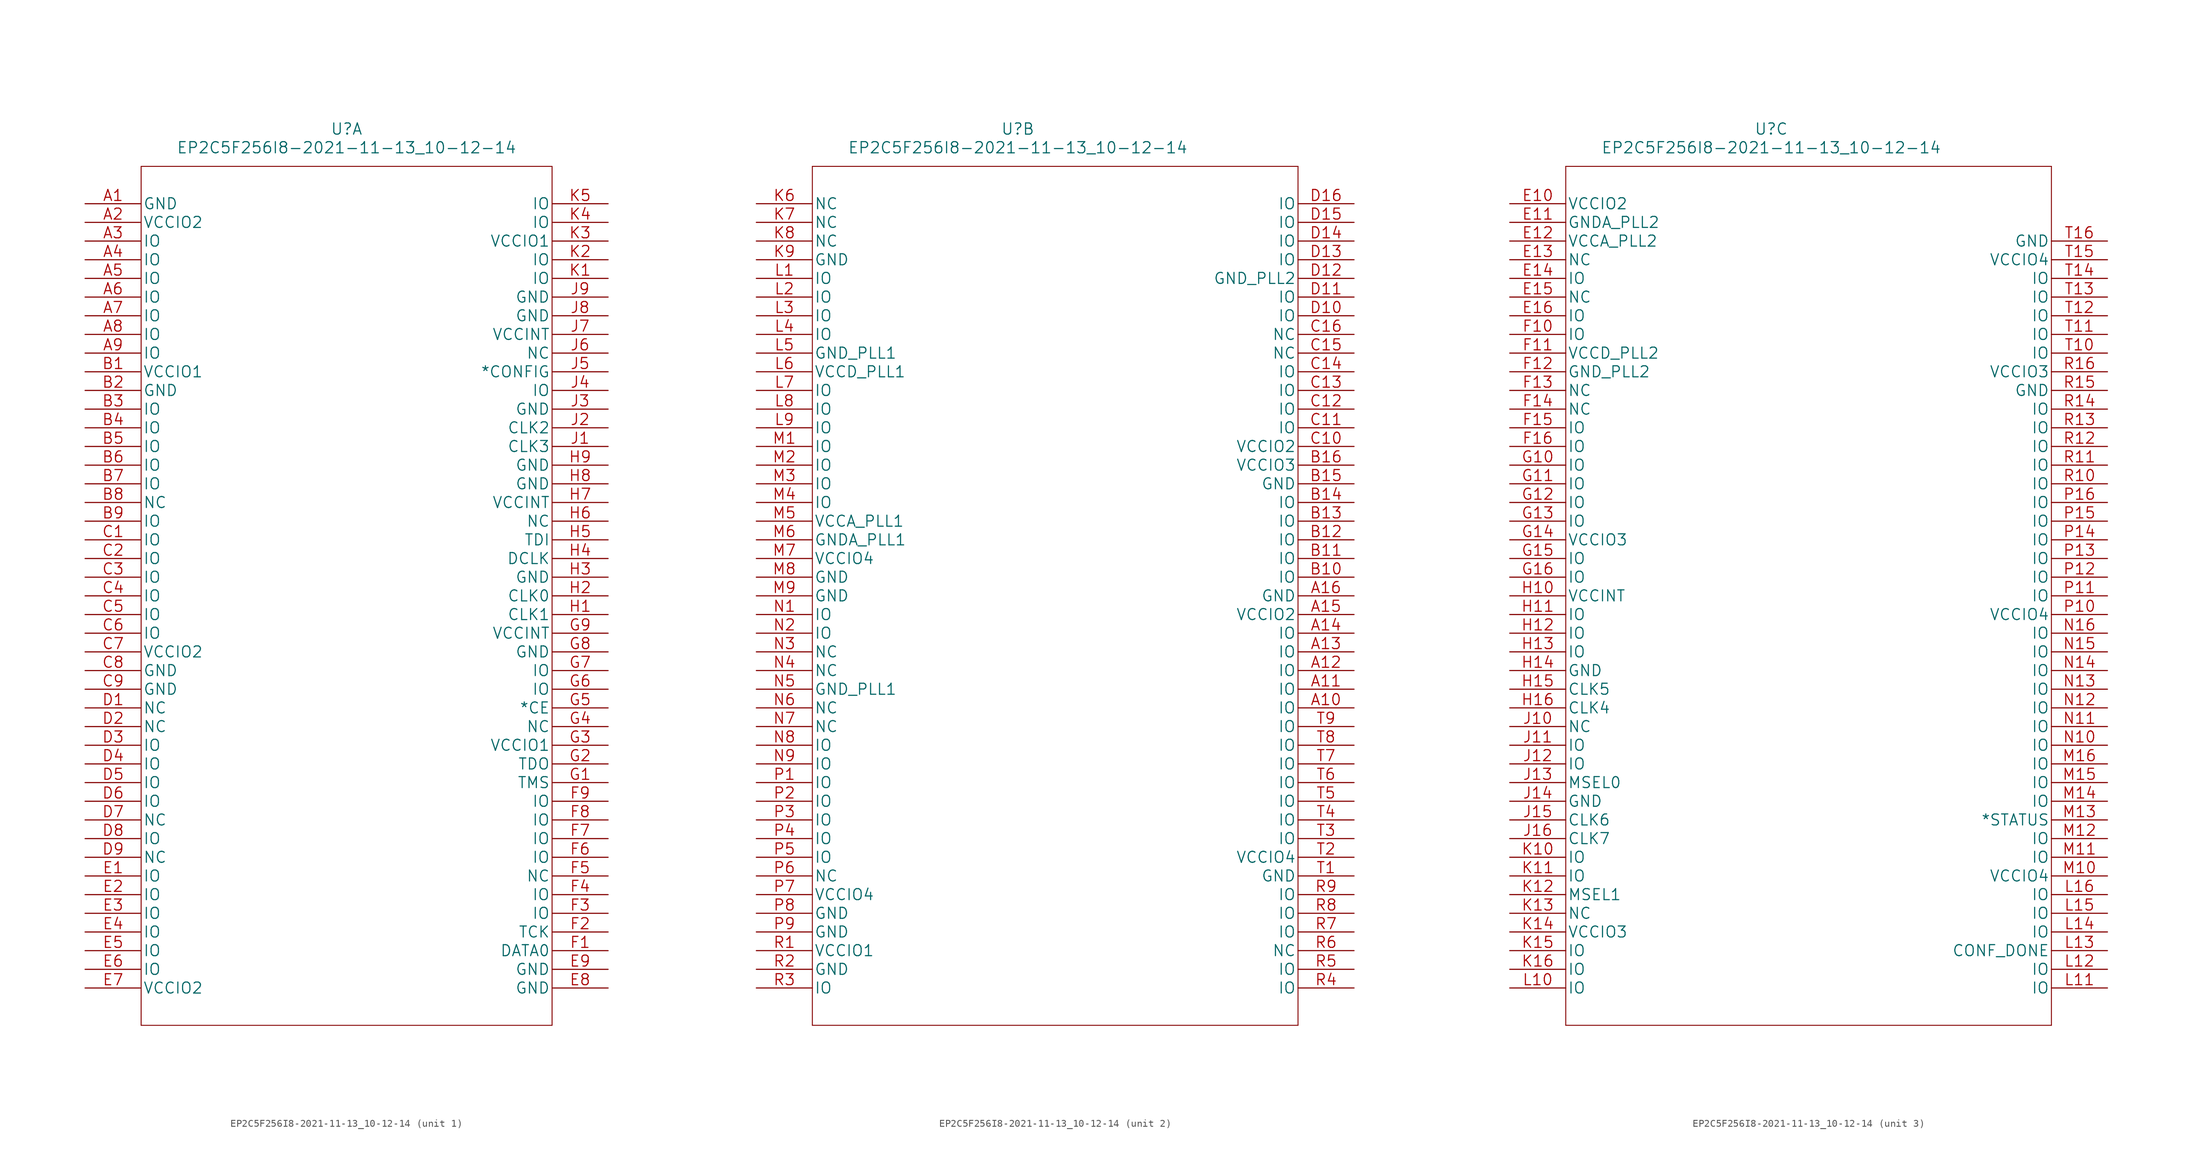
<source format=kicad_sym>
(kicad_symbol_lib
  (version 20220914)
  (generator kicad_symbol_editor)
  (symbol "EP2C5F256I8-2021-11-13_10-12-14"
    (pin_names
      (offset 0.254))
    (property "Reference" "U"
      (at 35.56 10.16 0)
      (effects (font (size 1.524 1.524))))
    (property "Value" "EP2C5F256I8-2021-11-13_10-12-14"
      (at 35.56 7.62 0)
      (effects (font (size 1.524 1.524))))
    (property "Datasheet" ""
      (at 0 0 0)
      (effects (font (size 1.524 1.524))))
    (symbol "EP2C5F256I8-2021-11-13_10-12-14_1_1"
      (polyline (pts (xy 7.62 -111.76) (xy 63.5 -111.76)) (stroke (width 0.127) (type solid)) (fill (type none)))
      (polyline (pts (xy 7.62 5.08) (xy 7.62 -111.76)) (stroke (width 0.127) (type solid)) (fill (type none)))
      (polyline (pts (xy 63.5 -111.76) (xy 63.5 5.08)) (stroke (width 0.127) (type solid)) (fill (type none)))
      (polyline (pts (xy 63.5 5.08) (xy 7.62 5.08)) (stroke (width 0.127) (type solid)) (fill (type none)))
      (pin unspecified line (at 0 0 0) (length 7.62) (name "GND" (effects (font (size 1.499 1.499)))) (number "A1" (effects (font (size 1.499 1.499)))))
      (pin unspecified line (at 0 -2.54 0) (length 7.62) (name "VCCIO2" (effects (font (size 1.499 1.499)))) (number "A2" (effects (font (size 1.499 1.499)))))
      (pin unspecified line (at 0 -5.08 0) (length 7.62) (name "IO" (effects (font (size 1.499 1.499)))) (number "A3" (effects (font (size 1.499 1.499)))))
      (pin unspecified line (at 0 -7.62 0) (length 7.62) (name "IO" (effects (font (size 1.499 1.499)))) (number "A4" (effects (font (size 1.499 1.499)))))
      (pin unspecified line (at 0 -10.16 0) (length 7.62) (name "IO" (effects (font (size 1.499 1.499)))) (number "A5" (effects (font (size 1.499 1.499)))))
      (pin unspecified line (at 0 -12.7 0) (length 7.62) (name "IO" (effects (font (size 1.499 1.499)))) (number "A6" (effects (font (size 1.499 1.499)))))
      (pin unspecified line (at 0 -15.24 0) (length 7.62) (name "IO" (effects (font (size 1.499 1.499)))) (number "A7" (effects (font (size 1.499 1.499)))))
      (pin unspecified line (at 0 -17.78 0) (length 7.62) (name "IO" (effects (font (size 1.499 1.499)))) (number "A8" (effects (font (size 1.499 1.499)))))
      (pin unspecified line (at 0 -20.32 0) (length 7.62) (name "IO" (effects (font (size 1.499 1.499)))) (number "A9" (effects (font (size 1.499 1.499)))))
      (pin unspecified line (at 0 -22.86 0) (length 7.62) (name "VCCIO1" (effects (font (size 1.499 1.499)))) (number "B1" (effects (font (size 1.499 1.499)))))
      (pin unspecified line (at 0 -25.4 0) (length 7.62) (name "GND" (effects (font (size 1.499 1.499)))) (number "B2" (effects (font (size 1.499 1.499)))))
      (pin unspecified line (at 0 -27.94 0) (length 7.62) (name "IO" (effects (font (size 1.499 1.499)))) (number "B3" (effects (font (size 1.499 1.499)))))
      (pin unspecified line (at 0 -30.48 0) (length 7.62) (name "IO" (effects (font (size 1.499 1.499)))) (number "B4" (effects (font (size 1.499 1.499)))))
      (pin unspecified line (at 0 -33.02 0) (length 7.62) (name "IO" (effects (font (size 1.499 1.499)))) (number "B5" (effects (font (size 1.499 1.499)))))
      (pin unspecified line (at 0 -35.56 0) (length 7.62) (name "IO" (effects (font (size 1.499 1.499)))) (number "B6" (effects (font (size 1.499 1.499)))))
      (pin unspecified line (at 0 -38.1 0) (length 7.62) (name "IO" (effects (font (size 1.499 1.499)))) (number "B7" (effects (font (size 1.499 1.499)))))
      (pin unspecified line (at 0 -40.64 0) (length 7.62) (name "NC" (effects (font (size 1.499 1.499)))) (number "B8" (effects (font (size 1.499 1.499)))))
      (pin unspecified line (at 0 -43.18 0) (length 7.62) (name "IO" (effects (font (size 1.499 1.499)))) (number "B9" (effects (font (size 1.499 1.499)))))
      (pin unspecified line (at 0 -45.72 0) (length 7.62) (name "IO" (effects (font (size 1.499 1.499)))) (number "C1" (effects (font (size 1.499 1.499)))))
      (pin unspecified line (at 0 -48.26 0) (length 7.62) (name "IO" (effects (font (size 1.499 1.499)))) (number "C2" (effects (font (size 1.499 1.499)))))
      (pin unspecified line (at 0 -50.8 0) (length 7.62) (name "IO" (effects (font (size 1.499 1.499)))) (number "C3" (effects (font (size 1.499 1.499)))))
      (pin unspecified line (at 0 -53.34 0) (length 7.62) (name "IO" (effects (font (size 1.499 1.499)))) (number "C4" (effects (font (size 1.499 1.499)))))
      (pin unspecified line (at 0 -55.88 0) (length 7.62) (name "IO" (effects (font (size 1.499 1.499)))) (number "C5" (effects (font (size 1.499 1.499)))))
      (pin unspecified line (at 0 -58.42 0) (length 7.62) (name "IO" (effects (font (size 1.499 1.499)))) (number "C6" (effects (font (size 1.499 1.499)))))
      (pin unspecified line (at 0 -60.96 0) (length 7.62) (name "VCCIO2" (effects (font (size 1.499 1.499)))) (number "C7" (effects (font (size 1.499 1.499)))))
      (pin unspecified line (at 0 -63.5 0) (length 7.62) (name "GND" (effects (font (size 1.499 1.499)))) (number "C8" (effects (font (size 1.499 1.499)))))
      (pin unspecified line (at 0 -66.04 0) (length 7.62) (name "GND" (effects (font (size 1.499 1.499)))) (number "C9" (effects (font (size 1.499 1.499)))))
      (pin unspecified line (at 0 -68.58 0) (length 7.62) (name "NC" (effects (font (size 1.499 1.499)))) (number "D1" (effects (font (size 1.499 1.499)))))
      (pin unspecified line (at 0 -71.12 0) (length 7.62) (name "NC" (effects (font (size 1.499 1.499)))) (number "D2" (effects (font (size 1.499 1.499)))))
      (pin unspecified line (at 0 -73.66 0) (length 7.62) (name "IO" (effects (font (size 1.499 1.499)))) (number "D3" (effects (font (size 1.499 1.499)))))
      (pin unspecified line (at 0 -76.2 0) (length 7.62) (name "IO" (effects (font (size 1.499 1.499)))) (number "D4" (effects (font (size 1.499 1.499)))))
      (pin unspecified line (at 0 -78.74 0) (length 7.62) (name "IO" (effects (font (size 1.499 1.499)))) (number "D5" (effects (font (size 1.499 1.499)))))
      (pin unspecified line (at 0 -81.28 0) (length 7.62) (name "IO" (effects (font (size 1.499 1.499)))) (number "D6" (effects (font (size 1.499 1.499)))))
      (pin unspecified line (at 0 -83.82 0) (length 7.62) (name "NC" (effects (font (size 1.499 1.499)))) (number "D7" (effects (font (size 1.499 1.499)))))
      (pin unspecified line (at 0 -86.36 0) (length 7.62) (name "IO" (effects (font (size 1.499 1.499)))) (number "D8" (effects (font (size 1.499 1.499)))))
      (pin unspecified line (at 0 -88.9 0) (length 7.62) (name "NC" (effects (font (size 1.499 1.499)))) (number "D9" (effects (font (size 1.499 1.499)))))
      (pin unspecified line (at 0 -91.44 0) (length 7.62) (name "IO" (effects (font (size 1.499 1.499)))) (number "E1" (effects (font (size 1.499 1.499)))))
      (pin unspecified line (at 0 -93.98 0) (length 7.62) (name "IO" (effects (font (size 1.499 1.499)))) (number "E2" (effects (font (size 1.499 1.499)))))
      (pin unspecified line (at 0 -96.52 0) (length 7.62) (name "IO" (effects (font (size 1.499 1.499)))) (number "E3" (effects (font (size 1.499 1.499)))))
      (pin unspecified line (at 0 -99.06 0) (length 7.62) (name "IO" (effects (font (size 1.499 1.499)))) (number "E4" (effects (font (size 1.499 1.499)))))
      (pin unspecified line (at 0 -101.6 0) (length 7.62) (name "IO" (effects (font (size 1.499 1.499)))) (number "E5" (effects (font (size 1.499 1.499)))))
      (pin unspecified line (at 0 -104.14 0) (length 7.62) (name "IO" (effects (font (size 1.499 1.499)))) (number "E6" (effects (font (size 1.499 1.499)))))
      (pin unspecified line (at 0 -106.68 0) (length 7.62) (name "VCCIO2" (effects (font (size 1.499 1.499)))) (number "E7" (effects (font (size 1.499 1.499)))))
      (pin unspecified line (at 71.12 -106.68 180) (length 7.62) (name "GND" (effects (font (size 1.499 1.499)))) (number "E8" (effects (font (size 1.499 1.499)))))
      (pin unspecified line (at 71.12 -104.14 180) (length 7.62) (name "GND" (effects (font (size 1.499 1.499)))) (number "E9" (effects (font (size 1.499 1.499)))))
      (pin unspecified line (at 71.12 -101.6 180) (length 7.62) (name "DATA0" (effects (font (size 1.499 1.499)))) (number "F1" (effects (font (size 1.499 1.499)))))
      (pin unspecified line (at 71.12 -99.06 180) (length 7.62) (name "TCK" (effects (font (size 1.499 1.499)))) (number "F2" (effects (font (size 1.499 1.499)))))
      (pin unspecified line (at 71.12 -96.52 180) (length 7.62) (name "IO" (effects (font (size 1.499 1.499)))) (number "F3" (effects (font (size 1.499 1.499)))))
      (pin unspecified line (at 71.12 -93.98 180) (length 7.62) (name "IO" (effects (font (size 1.499 1.499)))) (number "F4" (effects (font (size 1.499 1.499)))))
      (pin unspecified line (at 71.12 -91.44 180) (length 7.62) (name "NC" (effects (font (size 1.499 1.499)))) (number "F5" (effects (font (size 1.499 1.499)))))
      (pin unspecified line (at 71.12 -88.9 180) (length 7.62) (name "IO" (effects (font (size 1.499 1.499)))) (number "F6" (effects (font (size 1.499 1.499)))))
      (pin unspecified line (at 71.12 -86.36 180) (length 7.62) (name "IO" (effects (font (size 1.499 1.499)))) (number "F7" (effects (font (size 1.499 1.499)))))
      (pin unspecified line (at 71.12 -83.82 180) (length 7.62) (name "IO" (effects (font (size 1.499 1.499)))) (number "F8" (effects (font (size 1.499 1.499)))))
      (pin unspecified line (at 71.12 -81.28 180) (length 7.62) (name "IO" (effects (font (size 1.499 1.499)))) (number "F9" (effects (font (size 1.499 1.499)))))
      (pin unspecified line (at 71.12 -78.74 180) (length 7.62) (name "TMS" (effects (font (size 1.499 1.499)))) (number "G1" (effects (font (size 1.499 1.499)))))
      (pin unspecified line (at 71.12 -76.2 180) (length 7.62) (name "TDO" (effects (font (size 1.499 1.499)))) (number "G2" (effects (font (size 1.499 1.499)))))
      (pin unspecified line (at 71.12 -73.66 180) (length 7.62) (name "VCCIO1" (effects (font (size 1.499 1.499)))) (number "G3" (effects (font (size 1.499 1.499)))))
      (pin unspecified line (at 71.12 -71.12 180) (length 7.62) (name "NC" (effects (font (size 1.499 1.499)))) (number "G4" (effects (font (size 1.499 1.499)))))
      (pin unspecified line (at 71.12 -68.58 180) (length 7.62) (name "*CE" (effects (font (size 1.499 1.499)))) (number "G5" (effects (font (size 1.499 1.499)))))
      (pin unspecified line (at 71.12 -66.04 180) (length 7.62) (name "IO" (effects (font (size 1.499 1.499)))) (number "G6" (effects (font (size 1.499 1.499)))))
      (pin unspecified line (at 71.12 -63.5 180) (length 7.62) (name "IO" (effects (font (size 1.499 1.499)))) (number "G7" (effects (font (size 1.499 1.499)))))
      (pin unspecified line (at 71.12 -60.96 180) (length 7.62) (name "GND" (effects (font (size 1.499 1.499)))) (number "G8" (effects (font (size 1.499 1.499)))))
      (pin unspecified line (at 71.12 -58.42 180) (length 7.62) (name "VCCINT" (effects (font (size 1.499 1.499)))) (number "G9" (effects (font (size 1.499 1.499)))))
      (pin unspecified line (at 71.12 -55.88 180) (length 7.62) (name "CLK1" (effects (font (size 1.499 1.499)))) (number "H1" (effects (font (size 1.499 1.499)))))
      (pin unspecified line (at 71.12 -53.34 180) (length 7.62) (name "CLK0" (effects (font (size 1.499 1.499)))) (number "H2" (effects (font (size 1.499 1.499)))))
      (pin unspecified line (at 71.12 -50.8 180) (length 7.62) (name "GND" (effects (font (size 1.499 1.499)))) (number "H3" (effects (font (size 1.499 1.499)))))
      (pin unspecified line (at 71.12 -48.26 180) (length 7.62) (name "DCLK" (effects (font (size 1.499 1.499)))) (number "H4" (effects (font (size 1.499 1.499)))))
      (pin unspecified line (at 71.12 -45.72 180) (length 7.62) (name "TDI" (effects (font (size 1.499 1.499)))) (number "H5" (effects (font (size 1.499 1.499)))))
      (pin unspecified line (at 71.12 -43.18 180) (length 7.62) (name "NC" (effects (font (size 1.499 1.499)))) (number "H6" (effects (font (size 1.499 1.499)))))
      (pin unspecified line (at 71.12 -40.64 180) (length 7.62) (name "VCCINT" (effects (font (size 1.499 1.499)))) (number "H7" (effects (font (size 1.499 1.499)))))
      (pin unspecified line (at 71.12 -38.1 180) (length 7.62) (name "GND" (effects (font (size 1.499 1.499)))) (number "H8" (effects (font (size 1.499 1.499)))))
      (pin unspecified line (at 71.12 -35.56 180) (length 7.62) (name "GND" (effects (font (size 1.499 1.499)))) (number "H9" (effects (font (size 1.499 1.499)))))
      (pin unspecified line (at 71.12 -33.02 180) (length 7.62) (name "CLK3" (effects (font (size 1.499 1.499)))) (number "J1" (effects (font (size 1.499 1.499)))))
      (pin unspecified line (at 71.12 -30.48 180) (length 7.62) (name "CLK2" (effects (font (size 1.499 1.499)))) (number "J2" (effects (font (size 1.499 1.499)))))
      (pin unspecified line (at 71.12 -27.94 180) (length 7.62) (name "GND" (effects (font (size 1.499 1.499)))) (number "J3" (effects (font (size 1.499 1.499)))))
      (pin unspecified line (at 71.12 -25.4 180) (length 7.62) (name "IO" (effects (font (size 1.499 1.499)))) (number "J4" (effects (font (size 1.499 1.499)))))
      (pin unspecified line (at 71.12 -22.86 180) (length 7.62) (name "*CONFIG" (effects (font (size 1.499 1.499)))) (number "J5" (effects (font (size 1.499 1.499)))))
      (pin unspecified line (at 71.12 -20.32 180) (length 7.62) (name "NC" (effects (font (size 1.499 1.499)))) (number "J6" (effects (font (size 1.499 1.499)))))
      (pin unspecified line (at 71.12 -17.78 180) (length 7.62) (name "VCCINT" (effects (font (size 1.499 1.499)))) (number "J7" (effects (font (size 1.499 1.499)))))
      (pin unspecified line (at 71.12 -15.24 180) (length 7.62) (name "GND" (effects (font (size 1.499 1.499)))) (number "J8" (effects (font (size 1.499 1.499)))))
      (pin unspecified line (at 71.12 -12.7 180) (length 7.62) (name "GND" (effects (font (size 1.499 1.499)))) (number "J9" (effects (font (size 1.499 1.499)))))
      (pin unspecified line (at 71.12 -10.16 180) (length 7.62) (name "IO" (effects (font (size 1.499 1.499)))) (number "K1" (effects (font (size 1.499 1.499)))))
      (pin unspecified line (at 71.12 -7.62 180) (length 7.62) (name "IO" (effects (font (size 1.499 1.499)))) (number "K2" (effects (font (size 1.499 1.499)))))
      (pin unspecified line (at 71.12 -5.08 180) (length 7.62) (name "VCCIO1" (effects (font (size 1.499 1.499)))) (number "K3" (effects (font (size 1.499 1.499)))))
      (pin unspecified line (at 71.12 -2.54 180) (length 7.62) (name "IO" (effects (font (size 1.499 1.499)))) (number "K4" (effects (font (size 1.499 1.499)))))
      (pin unspecified line (at 71.12 0 180) (length 7.62) (name "IO" (effects (font (size 1.499 1.499)))) (number "K5" (effects (font (size 1.499 1.499))))))
    (symbol "EP2C5F256I8-2021-11-13_10-12-14_2_1"
      (polyline (pts (xy 7.62 -111.76) (xy 73.66 -111.76)) (stroke (width 0.127) (type solid)) (fill (type none)))
      (polyline (pts (xy 7.62 5.08) (xy 7.62 -111.76)) (stroke (width 0.127) (type solid)) (fill (type none)))
      (polyline (pts (xy 73.66 -111.76) (xy 73.66 5.08)) (stroke (width 0.127) (type solid)) (fill (type none)))
      (polyline (pts (xy 73.66 5.08) (xy 7.62 5.08)) (stroke (width 0.127) (type solid)) (fill (type none)))
      (pin unspecified line (at 81.28 -68.58 180) (length 7.62) (name "IO" (effects (font (size 1.499 1.499)))) (number "A10" (effects (font (size 1.499 1.499)))))
      (pin unspecified line (at 81.28 -66.04 180) (length 7.62) (name "IO" (effects (font (size 1.499 1.499)))) (number "A11" (effects (font (size 1.499 1.499)))))
      (pin unspecified line (at 81.28 -63.5 180) (length 7.62) (name "IO" (effects (font (size 1.499 1.499)))) (number "A12" (effects (font (size 1.499 1.499)))))
      (pin unspecified line (at 81.28 -60.96 180) (length 7.62) (name "IO" (effects (font (size 1.499 1.499)))) (number "A13" (effects (font (size 1.499 1.499)))))
      (pin unspecified line (at 81.28 -58.42 180) (length 7.62) (name "IO" (effects (font (size 1.499 1.499)))) (number "A14" (effects (font (size 1.499 1.499)))))
      (pin unspecified line (at 81.28 -55.88 180) (length 7.62) (name "VCCIO2" (effects (font (size 1.499 1.499)))) (number "A15" (effects (font (size 1.499 1.499)))))
      (pin unspecified line (at 81.28 -53.34 180) (length 7.62) (name "GND" (effects (font (size 1.499 1.499)))) (number "A16" (effects (font (size 1.499 1.499)))))
      (pin unspecified line (at 81.28 -50.8 180) (length 7.62) (name "IO" (effects (font (size 1.499 1.499)))) (number "B10" (effects (font (size 1.499 1.499)))))
      (pin unspecified line (at 81.28 -48.26 180) (length 7.62) (name "IO" (effects (font (size 1.499 1.499)))) (number "B11" (effects (font (size 1.499 1.499)))))
      (pin unspecified line (at 81.28 -45.72 180) (length 7.62) (name "IO" (effects (font (size 1.499 1.499)))) (number "B12" (effects (font (size 1.499 1.499)))))
      (pin unspecified line (at 81.28 -43.18 180) (length 7.62) (name "IO" (effects (font (size 1.499 1.499)))) (number "B13" (effects (font (size 1.499 1.499)))))
      (pin unspecified line (at 81.28 -40.64 180) (length 7.62) (name "IO" (effects (font (size 1.499 1.499)))) (number "B14" (effects (font (size 1.499 1.499)))))
      (pin unspecified line (at 81.28 -38.1 180) (length 7.62) (name "GND" (effects (font (size 1.499 1.499)))) (number "B15" (effects (font (size 1.499 1.499)))))
      (pin unspecified line (at 81.28 -35.56 180) (length 7.62) (name "VCCIO3" (effects (font (size 1.499 1.499)))) (number "B16" (effects (font (size 1.499 1.499)))))
      (pin unspecified line (at 81.28 -33.02 180) (length 7.62) (name "VCCIO2" (effects (font (size 1.499 1.499)))) (number "C10" (effects (font (size 1.499 1.499)))))
      (pin unspecified line (at 81.28 -30.48 180) (length 7.62) (name "IO" (effects (font (size 1.499 1.499)))) (number "C11" (effects (font (size 1.499 1.499)))))
      (pin unspecified line (at 81.28 -27.94 180) (length 7.62) (name "IO" (effects (font (size 1.499 1.499)))) (number "C12" (effects (font (size 1.499 1.499)))))
      (pin unspecified line (at 81.28 -25.4 180) (length 7.62) (name "IO" (effects (font (size 1.499 1.499)))) (number "C13" (effects (font (size 1.499 1.499)))))
      (pin unspecified line (at 81.28 -22.86 180) (length 7.62) (name "IO" (effects (font (size 1.499 1.499)))) (number "C14" (effects (font (size 1.499 1.499)))))
      (pin unspecified line (at 81.28 -20.32 180) (length 7.62) (name "NC" (effects (font (size 1.499 1.499)))) (number "C15" (effects (font (size 1.499 1.499)))))
      (pin unspecified line (at 81.28 -17.78 180) (length 7.62) (name "NC" (effects (font (size 1.499 1.499)))) (number "C16" (effects (font (size 1.499 1.499)))))
      (pin unspecified line (at 81.28 -15.24 180) (length 7.62) (name "IO" (effects (font (size 1.499 1.499)))) (number "D10" (effects (font (size 1.499 1.499)))))
      (pin unspecified line (at 81.28 -12.7 180) (length 7.62) (name "IO" (effects (font (size 1.499 1.499)))) (number "D11" (effects (font (size 1.499 1.499)))))
      (pin unspecified line (at 81.28 -10.16 180) (length 7.62) (name "GND_PLL2" (effects (font (size 1.499 1.499)))) (number "D12" (effects (font (size 1.499 1.499)))))
      (pin unspecified line (at 81.28 -7.62 180) (length 7.62) (name "IO" (effects (font (size 1.499 1.499)))) (number "D13" (effects (font (size 1.499 1.499)))))
      (pin unspecified line (at 81.28 -5.08 180) (length 7.62) (name "IO" (effects (font (size 1.499 1.499)))) (number "D14" (effects (font (size 1.499 1.499)))))
      (pin unspecified line (at 81.28 -2.54 180) (length 7.62) (name "IO" (effects (font (size 1.499 1.499)))) (number "D15" (effects (font (size 1.499 1.499)))))
      (pin unspecified line (at 81.28 0 180) (length 7.62) (name "IO" (effects (font (size 1.499 1.499)))) (number "D16" (effects (font (size 1.499 1.499)))))
      (pin unspecified line (at 0 0 0) (length 7.62) (name "NC" (effects (font (size 1.499 1.499)))) (number "K6" (effects (font (size 1.499 1.499)))))
      (pin unspecified line (at 0 -2.54 0) (length 7.62) (name "NC" (effects (font (size 1.499 1.499)))) (number "K7" (effects (font (size 1.499 1.499)))))
      (pin unspecified line (at 0 -5.08 0) (length 7.62) (name "NC" (effects (font (size 1.499 1.499)))) (number "K8" (effects (font (size 1.499 1.499)))))
      (pin unspecified line (at 0 -7.62 0) (length 7.62) (name "GND" (effects (font (size 1.499 1.499)))) (number "K9" (effects (font (size 1.499 1.499)))))
      (pin unspecified line (at 0 -10.16 0) (length 7.62) (name "IO" (effects (font (size 1.499 1.499)))) (number "L1" (effects (font (size 1.499 1.499)))))
      (pin unspecified line (at 0 -12.7 0) (length 7.62) (name "IO" (effects (font (size 1.499 1.499)))) (number "L2" (effects (font (size 1.499 1.499)))))
      (pin unspecified line (at 0 -15.24 0) (length 7.62) (name "IO" (effects (font (size 1.499 1.499)))) (number "L3" (effects (font (size 1.499 1.499)))))
      (pin unspecified line (at 0 -17.78 0) (length 7.62) (name "IO" (effects (font (size 1.499 1.499)))) (number "L4" (effects (font (size 1.499 1.499)))))
      (pin unspecified line (at 0 -20.32 0) (length 7.62) (name "GND_PLL1" (effects (font (size 1.499 1.499)))) (number "L5" (effects (font (size 1.499 1.499)))))
      (pin unspecified line (at 0 -22.86 0) (length 7.62) (name "VCCD_PLL1" (effects (font (size 1.499 1.499)))) (number "L6" (effects (font (size 1.499 1.499)))))
      (pin unspecified line (at 0 -25.4 0) (length 7.62) (name "IO" (effects (font (size 1.499 1.499)))) (number "L7" (effects (font (size 1.499 1.499)))))
      (pin unspecified line (at 0 -27.94 0) (length 7.62) (name "IO" (effects (font (size 1.499 1.499)))) (number "L8" (effects (font (size 1.499 1.499)))))
      (pin unspecified line (at 0 -30.48 0) (length 7.62) (name "IO" (effects (font (size 1.499 1.499)))) (number "L9" (effects (font (size 1.499 1.499)))))
      (pin unspecified line (at 0 -33.02 0) (length 7.62) (name "IO" (effects (font (size 1.499 1.499)))) (number "M1" (effects (font (size 1.499 1.499)))))
      (pin unspecified line (at 0 -35.56 0) (length 7.62) (name "IO" (effects (font (size 1.499 1.499)))) (number "M2" (effects (font (size 1.499 1.499)))))
      (pin unspecified line (at 0 -38.1 0) (length 7.62) (name "IO" (effects (font (size 1.499 1.499)))) (number "M3" (effects (font (size 1.499 1.499)))))
      (pin unspecified line (at 0 -40.64 0) (length 7.62) (name "IO" (effects (font (size 1.499 1.499)))) (number "M4" (effects (font (size 1.499 1.499)))))
      (pin unspecified line (at 0 -43.18 0) (length 7.62) (name "VCCA_PLL1" (effects (font (size 1.499 1.499)))) (number "M5" (effects (font (size 1.499 1.499)))))
      (pin unspecified line (at 0 -45.72 0) (length 7.62) (name "GNDA_PLL1" (effects (font (size 1.499 1.499)))) (number "M6" (effects (font (size 1.499 1.499)))))
      (pin unspecified line (at 0 -48.26 0) (length 7.62) (name "VCCIO4" (effects (font (size 1.499 1.499)))) (number "M7" (effects (font (size 1.499 1.499)))))
      (pin unspecified line (at 0 -50.8 0) (length 7.62) (name "GND" (effects (font (size 1.499 1.499)))) (number "M8" (effects (font (size 1.499 1.499)))))
      (pin unspecified line (at 0 -53.34 0) (length 7.62) (name "GND" (effects (font (size 1.499 1.499)))) (number "M9" (effects (font (size 1.499 1.499)))))
      (pin unspecified line (at 0 -55.88 0) (length 7.62) (name "IO" (effects (font (size 1.499 1.499)))) (number "N1" (effects (font (size 1.499 1.499)))))
      (pin unspecified line (at 0 -58.42 0) (length 7.62) (name "IO" (effects (font (size 1.499 1.499)))) (number "N2" (effects (font (size 1.499 1.499)))))
      (pin unspecified line (at 0 -60.96 0) (length 7.62) (name "NC" (effects (font (size 1.499 1.499)))) (number "N3" (effects (font (size 1.499 1.499)))))
      (pin unspecified line (at 0 -63.5 0) (length 7.62) (name "NC" (effects (font (size 1.499 1.499)))) (number "N4" (effects (font (size 1.499 1.499)))))
      (pin unspecified line (at 0 -66.04 0) (length 7.62) (name "GND_PLL1" (effects (font (size 1.499 1.499)))) (number "N5" (effects (font (size 1.499 1.499)))))
      (pin unspecified line (at 0 -68.58 0) (length 7.62) (name "NC" (effects (font (size 1.499 1.499)))) (number "N6" (effects (font (size 1.499 1.499)))))
      (pin unspecified line (at 0 -71.12 0) (length 7.62) (name "NC" (effects (font (size 1.499 1.499)))) (number "N7" (effects (font (size 1.499 1.499)))))
      (pin unspecified line (at 0 -73.66 0) (length 7.62) (name "IO" (effects (font (size 1.499 1.499)))) (number "N8" (effects (font (size 1.499 1.499)))))
      (pin unspecified line (at 0 -76.2 0) (length 7.62) (name "IO" (effects (font (size 1.499 1.499)))) (number "N9" (effects (font (size 1.499 1.499)))))
      (pin unspecified line (at 0 -78.74 0) (length 7.62) (name "IO" (effects (font (size 1.499 1.499)))) (number "P1" (effects (font (size 1.499 1.499)))))
      (pin unspecified line (at 0 -81.28 0) (length 7.62) (name "IO" (effects (font (size 1.499 1.499)))) (number "P2" (effects (font (size 1.499 1.499)))))
      (pin unspecified line (at 0 -83.82 0) (length 7.62) (name "IO" (effects (font (size 1.499 1.499)))) (number "P3" (effects (font (size 1.499 1.499)))))
      (pin unspecified line (at 0 -86.36 0) (length 7.62) (name "IO" (effects (font (size 1.499 1.499)))) (number "P4" (effects (font (size 1.499 1.499)))))
      (pin unspecified line (at 0 -88.9 0) (length 7.62) (name "IO" (effects (font (size 1.499 1.499)))) (number "P5" (effects (font (size 1.499 1.499)))))
      (pin unspecified line (at 0 -91.44 0) (length 7.62) (name "NC" (effects (font (size 1.499 1.499)))) (number "P6" (effects (font (size 1.499 1.499)))))
      (pin unspecified line (at 0 -93.98 0) (length 7.62) (name "VCCIO4" (effects (font (size 1.499 1.499)))) (number "P7" (effects (font (size 1.499 1.499)))))
      (pin unspecified line (at 0 -96.52 0) (length 7.62) (name "GND" (effects (font (size 1.499 1.499)))) (number "P8" (effects (font (size 1.499 1.499)))))
      (pin unspecified line (at 0 -99.06 0) (length 7.62) (name "GND" (effects (font (size 1.499 1.499)))) (number "P9" (effects (font (size 1.499 1.499)))))
      (pin unspecified line (at 0 -101.6 0) (length 7.62) (name "VCCIO1" (effects (font (size 1.499 1.499)))) (number "R1" (effects (font (size 1.499 1.499)))))
      (pin unspecified line (at 0 -104.14 0) (length 7.62) (name "GND" (effects (font (size 1.499 1.499)))) (number "R2" (effects (font (size 1.499 1.499)))))
      (pin unspecified line (at 0 -106.68 0) (length 7.62) (name "IO" (effects (font (size 1.499 1.499)))) (number "R3" (effects (font (size 1.499 1.499)))))
      (pin unspecified line (at 81.28 -106.68 180) (length 7.62) (name "IO" (effects (font (size 1.499 1.499)))) (number "R4" (effects (font (size 1.499 1.499)))))
      (pin unspecified line (at 81.28 -104.14 180) (length 7.62) (name "IO" (effects (font (size 1.499 1.499)))) (number "R5" (effects (font (size 1.499 1.499)))))
      (pin unspecified line (at 81.28 -101.6 180) (length 7.62) (name "NC" (effects (font (size 1.499 1.499)))) (number "R6" (effects (font (size 1.499 1.499)))))
      (pin unspecified line (at 81.28 -99.06 180) (length 7.62) (name "IO" (effects (font (size 1.499 1.499)))) (number "R7" (effects (font (size 1.499 1.499)))))
      (pin unspecified line (at 81.28 -96.52 180) (length 7.62) (name "IO" (effects (font (size 1.499 1.499)))) (number "R8" (effects (font (size 1.499 1.499)))))
      (pin unspecified line (at 81.28 -93.98 180) (length 7.62) (name "IO" (effects (font (size 1.499 1.499)))) (number "R9" (effects (font (size 1.499 1.499)))))
      (pin unspecified line (at 81.28 -91.44 180) (length 7.62) (name "GND" (effects (font (size 1.499 1.499)))) (number "T1" (effects (font (size 1.499 1.499)))))
      (pin unspecified line (at 81.28 -88.9 180) (length 7.62) (name "VCCIO4" (effects (font (size 1.499 1.499)))) (number "T2" (effects (font (size 1.499 1.499)))))
      (pin unspecified line (at 81.28 -86.36 180) (length 7.62) (name "IO" (effects (font (size 1.499 1.499)))) (number "T3" (effects (font (size 1.499 1.499)))))
      (pin unspecified line (at 81.28 -83.82 180) (length 7.62) (name "IO" (effects (font (size 1.499 1.499)))) (number "T4" (effects (font (size 1.499 1.499)))))
      (pin unspecified line (at 81.28 -81.28 180) (length 7.62) (name "IO" (effects (font (size 1.499 1.499)))) (number "T5" (effects (font (size 1.499 1.499)))))
      (pin unspecified line (at 81.28 -78.74 180) (length 7.62) (name "IO" (effects (font (size 1.499 1.499)))) (number "T6" (effects (font (size 1.499 1.499)))))
      (pin unspecified line (at 81.28 -76.2 180) (length 7.62) (name "IO" (effects (font (size 1.499 1.499)))) (number "T7" (effects (font (size 1.499 1.499)))))
      (pin unspecified line (at 81.28 -73.66 180) (length 7.62) (name "IO" (effects (font (size 1.499 1.499)))) (number "T8" (effects (font (size 1.499 1.499)))))
      (pin unspecified line (at 81.28 -71.12 180) (length 7.62) (name "IO" (effects (font (size 1.499 1.499)))) (number "T9" (effects (font (size 1.499 1.499))))))
    (symbol "EP2C5F256I8-2021-11-13_10-12-14_3_1"
      (polyline (pts (xy 7.62 -111.76) (xy 73.66 -111.76)) (stroke (width 0.127) (type solid)) (fill (type none)))
      (polyline (pts (xy 7.62 5.08) (xy 7.62 -111.76)) (stroke (width 0.127) (type solid)) (fill (type none)))
      (polyline (pts (xy 73.66 -111.76) (xy 73.66 5.08)) (stroke (width 0.127) (type solid)) (fill (type none)))
      (polyline (pts (xy 73.66 5.08) (xy 7.62 5.08)) (stroke (width 0.127) (type solid)) (fill (type none)))
      (pin unspecified line (at 0 0 0) (length 7.62) (name "VCCIO2" (effects (font (size 1.499 1.499)))) (number "E10" (effects (font (size 1.499 1.499)))))
      (pin unspecified line (at 0 -2.54 0) (length 7.62) (name "GNDA_PLL2" (effects (font (size 1.499 1.499)))) (number "E11" (effects (font (size 1.499 1.499)))))
      (pin unspecified line (at 0 -5.08 0) (length 7.62) (name "VCCA_PLL2" (effects (font (size 1.499 1.499)))) (number "E12" (effects (font (size 1.499 1.499)))))
      (pin unspecified line (at 0 -7.62 0) (length 7.62) (name "NC" (effects (font (size 1.499 1.499)))) (number "E13" (effects (font (size 1.499 1.499)))))
      (pin unspecified line (at 0 -10.16 0) (length 7.62) (name "IO" (effects (font (size 1.499 1.499)))) (number "E14" (effects (font (size 1.499 1.499)))))
      (pin unspecified line (at 0 -12.7 0) (length 7.62) (name "NC" (effects (font (size 1.499 1.499)))) (number "E15" (effects (font (size 1.499 1.499)))))
      (pin unspecified line (at 0 -15.24 0) (length 7.62) (name "IO" (effects (font (size 1.499 1.499)))) (number "E16" (effects (font (size 1.499 1.499)))))
      (pin unspecified line (at 0 -17.78 0) (length 7.62) (name "IO" (effects (font (size 1.499 1.499)))) (number "F10" (effects (font (size 1.499 1.499)))))
      (pin unspecified line (at 0 -20.32 0) (length 7.62) (name "VCCD_PLL2" (effects (font (size 1.499 1.499)))) (number "F11" (effects (font (size 1.499 1.499)))))
      (pin unspecified line (at 0 -22.86 0) (length 7.62) (name "GND_PLL2" (effects (font (size 1.499 1.499)))) (number "F12" (effects (font (size 1.499 1.499)))))
      (pin unspecified line (at 0 -25.4 0) (length 7.62) (name "NC" (effects (font (size 1.499 1.499)))) (number "F13" (effects (font (size 1.499 1.499)))))
      (pin unspecified line (at 0 -27.94 0) (length 7.62) (name "NC" (effects (font (size 1.499 1.499)))) (number "F14" (effects (font (size 1.499 1.499)))))
      (pin unspecified line (at 0 -30.48 0) (length 7.62) (name "IO" (effects (font (size 1.499 1.499)))) (number "F15" (effects (font (size 1.499 1.499)))))
      (pin unspecified line (at 0 -33.02 0) (length 7.62) (name "IO" (effects (font (size 1.499 1.499)))) (number "F16" (effects (font (size 1.499 1.499)))))
      (pin unspecified line (at 0 -35.56 0) (length 7.62) (name "IO" (effects (font (size 1.499 1.499)))) (number "G10" (effects (font (size 1.499 1.499)))))
      (pin unspecified line (at 0 -38.1 0) (length 7.62) (name "IO" (effects (font (size 1.499 1.499)))) (number "G11" (effects (font (size 1.499 1.499)))))
      (pin unspecified line (at 0 -40.64 0) (length 7.62) (name "IO" (effects (font (size 1.499 1.499)))) (number "G12" (effects (font (size 1.499 1.499)))))
      (pin unspecified line (at 0 -43.18 0) (length 7.62) (name "IO" (effects (font (size 1.499 1.499)))) (number "G13" (effects (font (size 1.499 1.499)))))
      (pin unspecified line (at 0 -45.72 0) (length 7.62) (name "VCCIO3" (effects (font (size 1.499 1.499)))) (number "G14" (effects (font (size 1.499 1.499)))))
      (pin unspecified line (at 0 -48.26 0) (length 7.62) (name "IO" (effects (font (size 1.499 1.499)))) (number "G15" (effects (font (size 1.499 1.499)))))
      (pin unspecified line (at 0 -50.8 0) (length 7.62) (name "IO" (effects (font (size 1.499 1.499)))) (number "G16" (effects (font (size 1.499 1.499)))))
      (pin unspecified line (at 0 -53.34 0) (length 7.62) (name "VCCINT" (effects (font (size 1.499 1.499)))) (number "H10" (effects (font (size 1.499 1.499)))))
      (pin unspecified line (at 0 -55.88 0) (length 7.62) (name "IO" (effects (font (size 1.499 1.499)))) (number "H11" (effects (font (size 1.499 1.499)))))
      (pin unspecified line (at 0 -58.42 0) (length 7.62) (name "IO" (effects (font (size 1.499 1.499)))) (number "H12" (effects (font (size 1.499 1.499)))))
      (pin unspecified line (at 0 -60.96 0) (length 7.62) (name "IO" (effects (font (size 1.499 1.499)))) (number "H13" (effects (font (size 1.499 1.499)))))
      (pin unspecified line (at 0 -63.5 0) (length 7.62) (name "GND" (effects (font (size 1.499 1.499)))) (number "H14" (effects (font (size 1.499 1.499)))))
      (pin unspecified line (at 0 -66.04 0) (length 7.62) (name "CLK5" (effects (font (size 1.499 1.499)))) (number "H15" (effects (font (size 1.499 1.499)))))
      (pin unspecified line (at 0 -68.58 0) (length 7.62) (name "CLK4" (effects (font (size 1.499 1.499)))) (number "H16" (effects (font (size 1.499 1.499)))))
      (pin unspecified line (at 0 -71.12 0) (length 7.62) (name "NC" (effects (font (size 1.499 1.499)))) (number "J10" (effects (font (size 1.499 1.499)))))
      (pin unspecified line (at 0 -73.66 0) (length 7.62) (name "IO" (effects (font (size 1.499 1.499)))) (number "J11" (effects (font (size 1.499 1.499)))))
      (pin unspecified line (at 0 -76.2 0) (length 7.62) (name "IO" (effects (font (size 1.499 1.499)))) (number "J12" (effects (font (size 1.499 1.499)))))
      (pin unspecified line (at 0 -78.74 0) (length 7.62) (name "MSEL0" (effects (font (size 1.499 1.499)))) (number "J13" (effects (font (size 1.499 1.499)))))
      (pin unspecified line (at 0 -81.28 0) (length 7.62) (name "GND" (effects (font (size 1.499 1.499)))) (number "J14" (effects (font (size 1.499 1.499)))))
      (pin unspecified line (at 0 -83.82 0) (length 7.62) (name "CLK6" (effects (font (size 1.499 1.499)))) (number "J15" (effects (font (size 1.499 1.499)))))
      (pin unspecified line (at 0 -86.36 0) (length 7.62) (name "CLK7" (effects (font (size 1.499 1.499)))) (number "J16" (effects (font (size 1.499 1.499)))))
      (pin unspecified line (at 0 -88.9 0) (length 7.62) (name "IO" (effects (font (size 1.499 1.499)))) (number "K10" (effects (font (size 1.499 1.499)))))
      (pin unspecified line (at 0 -91.44 0) (length 7.62) (name "IO" (effects (font (size 1.499 1.499)))) (number "K11" (effects (font (size 1.499 1.499)))))
      (pin unspecified line (at 0 -93.98 0) (length 7.62) (name "MSEL1" (effects (font (size 1.499 1.499)))) (number "K12" (effects (font (size 1.499 1.499)))))
      (pin unspecified line (at 0 -96.52 0) (length 7.62) (name "NC" (effects (font (size 1.499 1.499)))) (number "K13" (effects (font (size 1.499 1.499)))))
      (pin unspecified line (at 0 -99.06 0) (length 7.62) (name "VCCIO3" (effects (font (size 1.499 1.499)))) (number "K14" (effects (font (size 1.499 1.499)))))
      (pin unspecified line (at 0 -101.6 0) (length 7.62) (name "IO" (effects (font (size 1.499 1.499)))) (number "K15" (effects (font (size 1.499 1.499)))))
      (pin unspecified line (at 0 -104.14 0) (length 7.62) (name "IO" (effects (font (size 1.499 1.499)))) (number "K16" (effects (font (size 1.499 1.499)))))
      (pin unspecified line (at 0 -106.68 0) (length 7.62) (name "IO" (effects (font (size 1.499 1.499)))) (number "L10" (effects (font (size 1.499 1.499)))))
      (pin unspecified line (at 81.28 -106.68 180) (length 7.62) (name "IO" (effects (font (size 1.499 1.499)))) (number "L11" (effects (font (size 1.499 1.499)))))
      (pin unspecified line (at 81.28 -104.14 180) (length 7.62) (name "IO" (effects (font (size 1.499 1.499)))) (number "L12" (effects (font (size 1.499 1.499)))))
      (pin unspecified line (at 81.28 -101.6 180) (length 7.62) (name "CONF_DONE" (effects (font (size 1.499 1.499)))) (number "L13" (effects (font (size 1.499 1.499)))))
      (pin unspecified line (at 81.28 -99.06 180) (length 7.62) (name "IO" (effects (font (size 1.499 1.499)))) (number "L14" (effects (font (size 1.499 1.499)))))
      (pin unspecified line (at 81.28 -96.52 180) (length 7.62) (name "IO" (effects (font (size 1.499 1.499)))) (number "L15" (effects (font (size 1.499 1.499)))))
      (pin unspecified line (at 81.28 -93.98 180) (length 7.62) (name "IO" (effects (font (size 1.499 1.499)))) (number "L16" (effects (font (size 1.499 1.499)))))
      (pin unspecified line (at 81.28 -91.44 180) (length 7.62) (name "VCCIO4" (effects (font (size 1.499 1.499)))) (number "M10" (effects (font (size 1.499 1.499)))))
      (pin unspecified line (at 81.28 -88.9 180) (length 7.62) (name "IO" (effects (font (size 1.499 1.499)))) (number "M11" (effects (font (size 1.499 1.499)))))
      (pin unspecified line (at 81.28 -86.36 180) (length 7.62) (name "IO" (effects (font (size 1.499 1.499)))) (number "M12" (effects (font (size 1.499 1.499)))))
      (pin unspecified line (at 81.28 -83.82 180) (length 7.62) (name "*STATUS" (effects (font (size 1.499 1.499)))) (number "M13" (effects (font (size 1.499 1.499)))))
      (pin unspecified line (at 81.28 -81.28 180) (length 7.62) (name "IO" (effects (font (size 1.499 1.499)))) (number "M14" (effects (font (size 1.499 1.499)))))
      (pin unspecified line (at 81.28 -78.74 180) (length 7.62) (name "IO" (effects (font (size 1.499 1.499)))) (number "M15" (effects (font (size 1.499 1.499)))))
      (pin unspecified line (at 81.28 -76.2 180) (length 7.62) (name "IO" (effects (font (size 1.499 1.499)))) (number "M16" (effects (font (size 1.499 1.499)))))
      (pin unspecified line (at 81.28 -73.66 180) (length 7.62) (name "IO" (effects (font (size 1.499 1.499)))) (number "N10" (effects (font (size 1.499 1.499)))))
      (pin unspecified line (at 81.28 -71.12 180) (length 7.62) (name "IO" (effects (font (size 1.499 1.499)))) (number "N11" (effects (font (size 1.499 1.499)))))
      (pin unspecified line (at 81.28 -68.58 180) (length 7.62) (name "IO" (effects (font (size 1.499 1.499)))) (number "N12" (effects (font (size 1.499 1.499)))))
      (pin unspecified line (at 81.28 -66.04 180) (length 7.62) (name "IO" (effects (font (size 1.499 1.499)))) (number "N13" (effects (font (size 1.499 1.499)))))
      (pin unspecified line (at 81.28 -63.5 180) (length 7.62) (name "IO" (effects (font (size 1.499 1.499)))) (number "N14" (effects (font (size 1.499 1.499)))))
      (pin unspecified line (at 81.28 -60.96 180) (length 7.62) (name "IO" (effects (font (size 1.499 1.499)))) (number "N15" (effects (font (size 1.499 1.499)))))
      (pin unspecified line (at 81.28 -58.42 180) (length 7.62) (name "IO" (effects (font (size 1.499 1.499)))) (number "N16" (effects (font (size 1.499 1.499)))))
      (pin unspecified line (at 81.28 -55.88 180) (length 7.62) (name "VCCIO4" (effects (font (size 1.499 1.499)))) (number "P10" (effects (font (size 1.499 1.499)))))
      (pin unspecified line (at 81.28 -53.34 180) (length 7.62) (name "IO" (effects (font (size 1.499 1.499)))) (number "P11" (effects (font (size 1.499 1.499)))))
      (pin unspecified line (at 81.28 -50.8 180) (length 7.62) (name "IO" (effects (font (size 1.499 1.499)))) (number "P12" (effects (font (size 1.499 1.499)))))
      (pin unspecified line (at 81.28 -48.26 180) (length 7.62) (name "IO" (effects (font (size 1.499 1.499)))) (number "P13" (effects (font (size 1.499 1.499)))))
      (pin unspecified line (at 81.28 -45.72 180) (length 7.62) (name "IO" (effects (font (size 1.499 1.499)))) (number "P14" (effects (font (size 1.499 1.499)))))
      (pin unspecified line (at 81.28 -43.18 180) (length 7.62) (name "IO" (effects (font (size 1.499 1.499)))) (number "P15" (effects (font (size 1.499 1.499)))))
      (pin unspecified line (at 81.28 -40.64 180) (length 7.62) (name "IO" (effects (font (size 1.499 1.499)))) (number "P16" (effects (font (size 1.499 1.499)))))
      (pin unspecified line (at 81.28 -38.1 180) (length 7.62) (name "IO" (effects (font (size 1.499 1.499)))) (number "R10" (effects (font (size 1.499 1.499)))))
      (pin unspecified line (at 81.28 -35.56 180) (length 7.62) (name "IO" (effects (font (size 1.499 1.499)))) (number "R11" (effects (font (size 1.499 1.499)))))
      (pin unspecified line (at 81.28 -33.02 180) (length 7.62) (name "IO" (effects (font (size 1.499 1.499)))) (number "R12" (effects (font (size 1.499 1.499)))))
      (pin unspecified line (at 81.28 -30.48 180) (length 7.62) (name "IO" (effects (font (size 1.499 1.499)))) (number "R13" (effects (font (size 1.499 1.499)))))
      (pin unspecified line (at 81.28 -27.94 180) (length 7.62) (name "IO" (effects (font (size 1.499 1.499)))) (number "R14" (effects (font (size 1.499 1.499)))))
      (pin unspecified line (at 81.28 -25.4 180) (length 7.62) (name "GND" (effects (font (size 1.499 1.499)))) (number "R15" (effects (font (size 1.499 1.499)))))
      (pin unspecified line (at 81.28 -22.86 180) (length 7.62) (name "VCCIO3" (effects (font (size 1.499 1.499)))) (number "R16" (effects (font (size 1.499 1.499)))))
      (pin unspecified line (at 81.28 -20.32 180) (length 7.62) (name "IO" (effects (font (size 1.499 1.499)))) (number "T10" (effects (font (size 1.499 1.499)))))
      (pin unspecified line (at 81.28 -17.78 180) (length 7.62) (name "IO" (effects (font (size 1.499 1.499)))) (number "T11" (effects (font (size 1.499 1.499)))))
      (pin unspecified line (at 81.28 -15.24 180) (length 7.62) (name "IO" (effects (font (size 1.499 1.499)))) (number "T12" (effects (font (size 1.499 1.499)))))
      (pin unspecified line (at 81.28 -12.7 180) (length 7.62) (name "IO" (effects (font (size 1.499 1.499)))) (number "T13" (effects (font (size 1.499 1.499)))))
      (pin unspecified line (at 81.28 -10.16 180) (length 7.62) (name "IO" (effects (font (size 1.499 1.499)))) (number "T14" (effects (font (size 1.499 1.499)))))
      (pin unspecified line (at 81.28 -7.62 180) (length 7.62) (name "VCCIO4" (effects (font (size 1.499 1.499)))) (number "T15" (effects (font (size 1.499 1.499)))))
      (pin unspecified line (at 81.28 -5.08 180) (length 7.62) (name "GND" (effects (font (size 1.499 1.499)))) (number "T16" (effects (font (size 1.499 1.499))))))))
</source>
